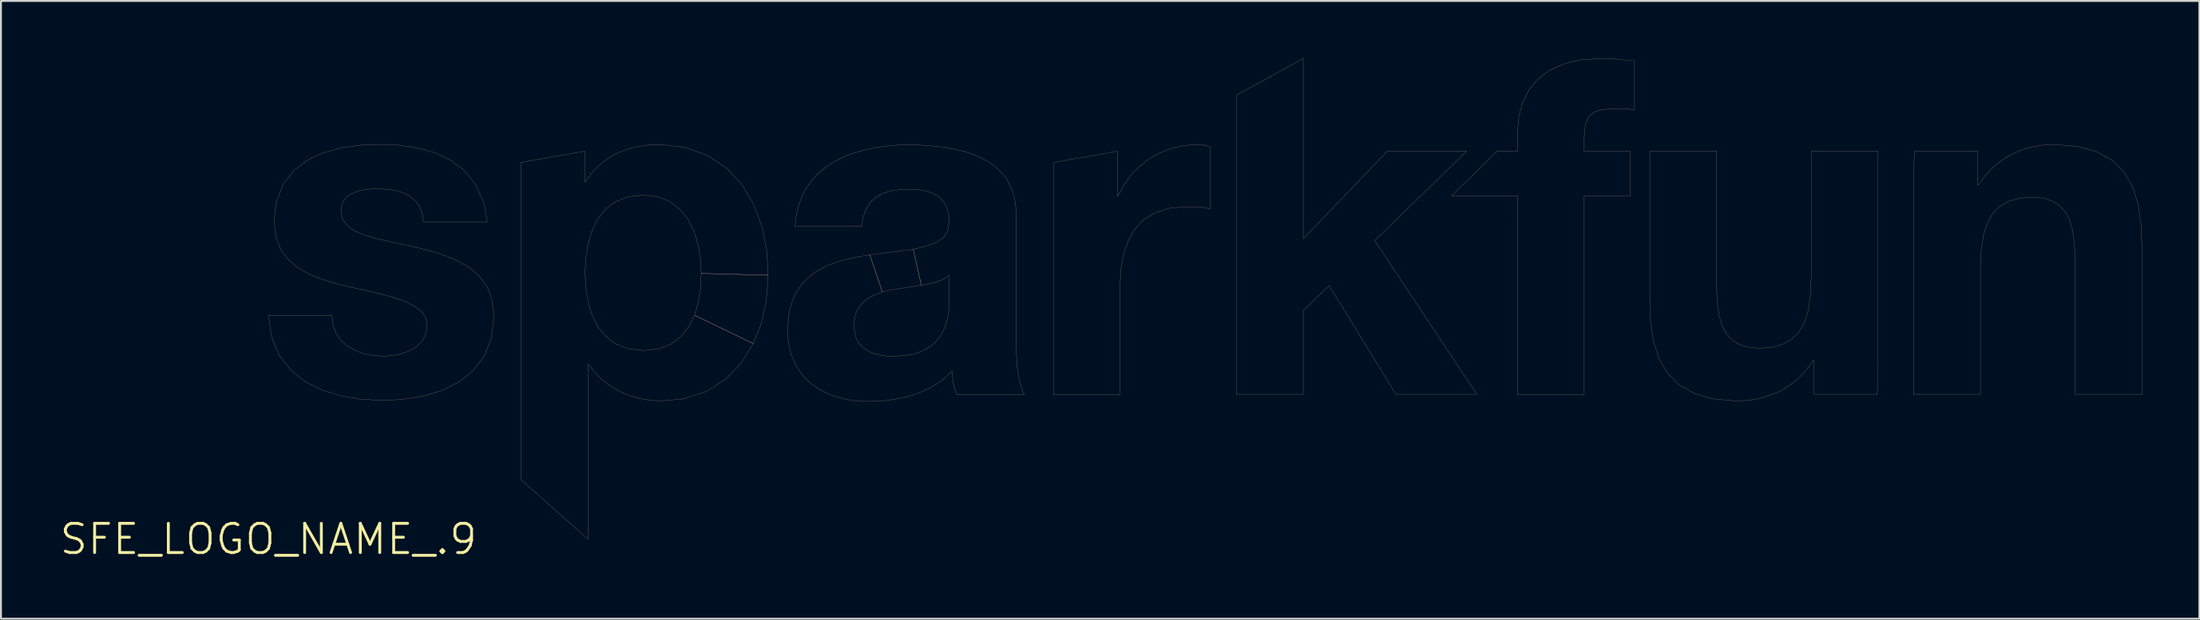
<source format=kicad_pcb>
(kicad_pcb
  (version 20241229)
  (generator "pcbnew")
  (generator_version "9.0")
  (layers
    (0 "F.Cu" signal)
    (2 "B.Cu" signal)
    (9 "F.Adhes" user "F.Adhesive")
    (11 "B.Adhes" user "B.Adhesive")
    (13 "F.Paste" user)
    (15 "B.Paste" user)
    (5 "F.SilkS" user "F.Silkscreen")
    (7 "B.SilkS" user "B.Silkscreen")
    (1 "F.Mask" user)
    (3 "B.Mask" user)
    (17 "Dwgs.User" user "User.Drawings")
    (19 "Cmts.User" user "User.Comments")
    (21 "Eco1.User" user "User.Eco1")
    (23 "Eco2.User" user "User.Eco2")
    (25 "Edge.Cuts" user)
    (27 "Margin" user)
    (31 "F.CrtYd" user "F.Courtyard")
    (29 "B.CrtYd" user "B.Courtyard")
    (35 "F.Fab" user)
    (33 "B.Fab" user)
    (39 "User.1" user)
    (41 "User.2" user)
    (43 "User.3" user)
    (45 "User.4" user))
  (footprint "SFE_LOGO_NAME_.9"
    (layer "F.Cu")
    (at 10.958 25.102)
    (property "Reference" "SFE_LOGO_NAME_.9" (at 0 0 0) (layer "F.SilkS") (effects (font (size 1.524 1.524) (thickness 0.15))))
    (attr exclude_from_pos_files exclude_from_bom)
    (fp_line (start 0 -11.689) (end 2.898 -11.689) (stroke (width 0.008) (type solid)) (layer "B.SilkS"))
    (fp_line (start 0.14 -10.688) (end 0 -11.689) (stroke (width 0.008) (type solid)) (layer "B.SilkS"))
    (fp_line (start 0.168 -10.559) (end 0.14 -10.688) (stroke (width 0.008) (type solid)) (layer "B.SilkS"))
    (fp_line (start 0.3 -16.688) (end 0.419 -17.638) (stroke (width 0.008) (type solid)) (layer "B.SilkS"))
    (fp_line (start 0.3 -16.538) (end 0.3 -16.688) (stroke (width 0.008) (type solid)) (layer "B.SilkS"))
    (fp_line (start 0.389 -15.758) (end 0.3 -16.538) (stroke (width 0.008) (type solid)) (layer "B.SilkS"))
    (fp_line (start 0.419 -17.638) (end 0.77 -18.539) (stroke (width 0.008) (type solid)) (layer "B.SilkS"))
    (fp_line (start 0.508 -9.708) (end 0.168 -10.559) (stroke (width 0.008) (type solid)) (layer "B.SilkS"))
    (fp_line (start 0.569 -9.599) (end 0.508 -9.708) (stroke (width 0.008) (type solid)) (layer "B.SilkS"))
    (fp_line (start 0.638 -15.118) (end 0.389 -15.758) (stroke (width 0.008) (type solid)) (layer "B.SilkS"))
    (fp_line (start 0.77 -18.539) (end 1.318 -19.248) (stroke (width 0.008) (type solid)) (layer "B.SilkS"))
    (fp_line (start 1.029 -14.6) (end 0.638 -15.118) (stroke (width 0.008) (type solid)) (layer "B.SilkS"))
    (fp_line (start 1.158 -8.829) (end 0.569 -9.599) (stroke (width 0.008) (type solid)) (layer "B.SilkS"))
    (fp_line (start 1.318 -19.248) (end 2.029 -19.789) (stroke (width 0.008) (type solid)) (layer "B.SilkS"))
    (fp_line (start 1.539 -14.168) (end 1.029 -14.6) (stroke (width 0.008) (type solid)) (layer "B.SilkS"))
    (fp_line (start 1.918 -8.219) (end 1.158 -8.829) (stroke (width 0.008) (type solid)) (layer "B.SilkS"))
    (fp_line (start 2.029 -19.789) (end 2.868 -20.178) (stroke (width 0.008) (type solid)) (layer "B.SilkS"))
    (fp_line (start 2.149 -13.828) (end 1.539 -14.168) (stroke (width 0.008) (type solid)) (layer "B.SilkS"))
    (fp_line (start 2.819 -7.777) (end 1.918 -8.219) (stroke (width 0.008) (type solid)) (layer "B.SilkS"))
    (fp_line (start 2.83 -13.559) (end 2.149 -13.828) (stroke (width 0.008) (type solid)) (layer "B.SilkS"))
    (fp_line (start 2.868 -20.178) (end 3.8 -20.429) (stroke (width 0.008) (type solid)) (layer "B.SilkS"))
    (fp_line (start 2.898 -11.689) (end 3.31 -11.689) (stroke (width 0.008) (type solid)) (layer "B.SilkS"))
    (fp_line (start 3.31 -11.689) (end 3.368 -11.168) (stroke (width 0.008) (type solid)) (layer "B.SilkS"))
    (fp_line (start 3.368 -11.168) (end 3.538 -10.729) (stroke (width 0.008) (type solid)) (layer "B.SilkS"))
    (fp_line (start 3.538 -10.729) (end 3.8 -10.358) (stroke (width 0.008) (type solid)) (layer "B.SilkS"))
    (fp_line (start 3.559 -13.338) (end 2.83 -13.559) (stroke (width 0.008) (type solid)) (layer "B.SilkS"))
    (fp_line (start 3.678 -7.508) (end 2.819 -7.777) (stroke (width 0.008) (type solid)) (layer "B.SilkS"))
    (fp_line (start 3.78 -17.12) (end 3.868 -16.698) (stroke (width 0.008) (type solid)) (layer "B.SilkS"))
    (fp_line (start 3.8 -20.429) (end 3.929 -20.46) (stroke (width 0.008) (type solid)) (layer "B.SilkS"))
    (fp_line (start 3.8 -10.358) (end 4.148 -10.058) (stroke (width 0.008) (type solid)) (layer "B.SilkS"))
    (fp_line (start 3.81 -7.478) (end 3.678 -7.508) (stroke (width 0.008) (type solid)) (layer "B.SilkS"))
    (fp_line (start 3.828 -17.468) (end 3.78 -17.12) (stroke (width 0.008) (type solid)) (layer "B.SilkS"))
    (fp_line (start 3.868 -16.698) (end 4.12 -16.358) (stroke (width 0.008) (type solid)) (layer "B.SilkS"))
    (fp_line (start 3.929 -20.46) (end 4.798 -20.569) (stroke (width 0.008) (type solid)) (layer "B.SilkS"))
    (fp_line (start 3.967 -17.75) (end 3.828 -17.468) (stroke (width 0.008) (type solid)) (layer "B.SilkS"))
    (fp_line (start 4.12 -16.358) (end 4.508 -16.088) (stroke (width 0.008) (type solid)) (layer "B.SilkS"))
    (fp_line (start 4.148 -10.058) (end 4.549 -9.84) (stroke (width 0.008) (type solid)) (layer "B.SilkS"))
    (fp_line (start 4.188 -17.958) (end 3.967 -17.75) (stroke (width 0.008) (type solid)) (layer "B.SilkS"))
    (fp_line (start 4.318 -13.15) (end 3.559 -13.338) (stroke (width 0.008) (type solid)) (layer "B.SilkS"))
    (fp_line (start 4.458 -18.098) (end 4.188 -17.958) (stroke (width 0.008) (type solid)) (layer "B.SilkS"))
    (fp_line (start 4.508 -16.088) (end 5.019 -15.878) (stroke (width 0.008) (type solid)) (layer "B.SilkS"))
    (fp_line (start 4.549 -9.84) (end 4.999 -9.68) (stroke (width 0.008) (type solid)) (layer "B.SilkS"))
    (fp_line (start 4.729 -7.318) (end 3.81 -7.478) (stroke (width 0.008) (type solid)) (layer "B.SilkS"))
    (fp_line (start 4.76 -18.199) (end 4.458 -18.098) (stroke (width 0.008) (type solid)) (layer "B.SilkS"))
    (fp_line (start 4.798 -20.569) (end 4.92 -20.579) (stroke (width 0.008) (type solid)) (layer "B.SilkS"))
    (fp_line (start 4.869 -7.308) (end 4.729 -7.318) (stroke (width 0.008) (type solid)) (layer "B.SilkS"))
    (fp_line (start 4.92 -20.579) (end 5.819 -20.61) (stroke (width 0.008) (type solid)) (layer "B.SilkS"))
    (fp_line (start 4.999 -9.68) (end 5.489 -9.588) (stroke (width 0.008) (type solid)) (layer "B.SilkS"))
    (fp_line (start 5.019 -15.878) (end 5.618 -15.7) (stroke (width 0.008) (type solid)) (layer "B.SilkS"))
    (fp_line (start 5.088 -18.258) (end 4.76 -18.199) (stroke (width 0.008) (type solid)) (layer "B.SilkS"))
    (fp_line (start 5.199 -12.959) (end 4.318 -13.15) (stroke (width 0.008) (type solid)) (layer "B.SilkS"))
    (fp_line (start 5.408 -18.288) (end 5.088 -18.258) (stroke (width 0.008) (type solid)) (layer "B.SilkS"))
    (fp_line (start 5.489 -9.588) (end 5.989 -9.558) (stroke (width 0.008) (type solid)) (layer "B.SilkS"))
    (fp_line (start 5.618 -15.7) (end 6.289 -15.55) (stroke (width 0.008) (type solid)) (layer "B.SilkS"))
    (fp_line (start 5.718 -18.288) (end 5.408 -18.288) (stroke (width 0.008) (type solid)) (layer "B.SilkS"))
    (fp_line (start 5.819 -20.61) (end 5.949 -20.61) (stroke (width 0.008) (type solid)) (layer "B.SilkS"))
    (fp_line (start 5.829 -7.249) (end 4.869 -7.308) (stroke (width 0.008) (type solid)) (layer "B.SilkS"))
    (fp_line (start 5.949 -20.61) (end 6.838 -20.569) (stroke (width 0.008) (type solid)) (layer "B.SilkS"))
    (fp_line (start 5.959 -7.249) (end 5.829 -7.249) (stroke (width 0.008) (type solid)) (layer "B.SilkS"))
    (fp_line (start 5.989 -12.769) (end 5.199 -12.959) (stroke (width 0.008) (type solid)) (layer "B.SilkS"))
    (fp_line (start 5.989 -9.558) (end 6.368 -9.578) (stroke (width 0.008) (type solid)) (layer "B.SilkS"))
    (fp_line (start 6.18 -18.268) (end 5.718 -18.288) (stroke (width 0.008) (type solid)) (layer "B.SilkS"))
    (fp_line (start 6.289 -15.55) (end 6.998 -15.39) (stroke (width 0.008) (type solid)) (layer "B.SilkS"))
    (fp_line (start 6.368 -9.578) (end 6.759 -9.639) (stroke (width 0.008) (type solid)) (layer "B.SilkS"))
    (fp_line (start 6.609 -18.209) (end 6.18 -18.268) (stroke (width 0.008) (type solid)) (layer "B.SilkS"))
    (fp_line (start 6.66 -12.578) (end 5.989 -12.769) (stroke (width 0.008) (type solid)) (layer "B.SilkS"))
    (fp_line (start 6.759 -9.639) (end 7.14 -9.749) (stroke (width 0.008) (type solid)) (layer "B.SilkS"))
    (fp_line (start 6.838 -20.569) (end 7.818 -20.419) (stroke (width 0.008) (type solid)) (layer "B.SilkS"))
    (fp_line (start 6.899 -7.29) (end 5.959 -7.249) (stroke (width 0.008) (type solid)) (layer "B.SilkS"))
    (fp_line (start 6.998 -18.098) (end 6.609 -18.209) (stroke (width 0.008) (type solid)) (layer "B.SilkS"))
    (fp_line (start 6.998 -15.39) (end 7.729 -15.23) (stroke (width 0.008) (type solid)) (layer "B.SilkS"))
    (fp_line (start 7.038 -7.308) (end 6.899 -7.29) (stroke (width 0.008) (type solid)) (layer "B.SilkS"))
    (fp_line (start 7.14 -9.749) (end 7.498 -9.909) (stroke (width 0.008) (type solid)) (layer "B.SilkS"))
    (fp_line (start 7.229 -12.37) (end 6.66 -12.578) (stroke (width 0.008) (type solid)) (layer "B.SilkS"))
    (fp_line (start 7.338 -17.93) (end 6.998 -18.098) (stroke (width 0.008) (type solid)) (layer "B.SilkS"))
    (fp_line (start 7.498 -9.909) (end 7.808 -10.13) (stroke (width 0.008) (type solid)) (layer "B.SilkS"))
    (fp_line (start 7.638 -17.699) (end 7.338 -17.93) (stroke (width 0.008) (type solid)) (layer "B.SilkS"))
    (fp_line (start 7.678 -12.129) (end 7.229 -12.37) (stroke (width 0.008) (type solid)) (layer "B.SilkS"))
    (fp_line (start 7.729 -15.23) (end 8.489 -15.039) (stroke (width 0.008) (type solid)) (layer "B.SilkS"))
    (fp_line (start 7.808 -10.13) (end 8.059 -10.409) (stroke (width 0.008) (type solid)) (layer "B.SilkS"))
    (fp_line (start 7.818 -20.419) (end 8.73 -20.16) (stroke (width 0.008) (type solid)) (layer "B.SilkS"))
    (fp_line (start 7.869 -17.399) (end 7.638 -17.699) (stroke (width 0.008) (type solid)) (layer "B.SilkS"))
    (fp_line (start 7.948 -7.45) (end 7.038 -7.308) (stroke (width 0.008) (type solid)) (layer "B.SilkS"))
    (fp_line (start 8.009 -11.859) (end 7.678 -12.129) (stroke (width 0.008) (type solid)) (layer "B.SilkS"))
    (fp_line (start 8.019 -17.028) (end 7.869 -17.399) (stroke (width 0.008) (type solid)) (layer "B.SilkS"))
    (fp_line (start 8.059 -10.409) (end 8.219 -10.759) (stroke (width 0.008) (type solid)) (layer "B.SilkS"))
    (fp_line (start 8.08 -7.468) (end 7.948 -7.45) (stroke (width 0.008) (type solid)) (layer "B.SilkS"))
    (fp_line (start 8.098 -16.568) (end 8.019 -17.028) (stroke (width 0.008) (type solid)) (layer "B.SilkS"))
    (fp_line (start 8.209 -11.549) (end 8.009 -11.859) (stroke (width 0.008) (type solid)) (layer "B.SilkS"))
    (fp_line (start 8.219 -10.759) (end 8.268 -11.179) (stroke (width 0.008) (type solid)) (layer "B.SilkS"))
    (fp_line (start 8.268 -11.179) (end 8.209 -11.549) (stroke (width 0.008) (type solid)) (layer "B.SilkS"))
    (fp_line (start 8.489 -15.039) (end 9.218 -14.808) (stroke (width 0.008) (type solid)) (layer "B.SilkS"))
    (fp_line (start 8.73 -20.16) (end 9.548 -19.759) (stroke (width 0.008) (type solid)) (layer "B.SilkS"))
    (fp_line (start 8.938 -7.729) (end 8.08 -7.468) (stroke (width 0.008) (type solid)) (layer "B.SilkS"))
    (fp_line (start 9.058 -7.77) (end 8.938 -7.729) (stroke (width 0.008) (type solid)) (layer "B.SilkS"))
    (fp_line (start 9.218 -14.808) (end 9.898 -14.519) (stroke (width 0.008) (type solid)) (layer "B.SilkS"))
    (fp_line (start 9.548 -19.759) (end 10.249 -19.218) (stroke (width 0.008) (type solid)) (layer "B.SilkS"))
    (fp_line (start 9.898 -14.519) (end 10.508 -14.158) (stroke (width 0.008) (type solid)) (layer "B.SilkS"))
    (fp_line (start 9.939 -8.209) (end 9.058 -7.77) (stroke (width 0.008) (type solid)) (layer "B.SilkS"))
    (fp_line (start 10.249 -19.218) (end 10.808 -18.509) (stroke (width 0.008) (type solid)) (layer "B.SilkS"))
    (fp_line (start 10.508 -14.158) (end 11.019 -13.708) (stroke (width 0.008) (type solid)) (layer "B.SilkS"))
    (fp_line (start 10.678 -8.809) (end 9.939 -8.209) (stroke (width 0.008) (type solid)) (layer "B.SilkS"))
    (fp_line (start 10.808 -18.509) (end 11.209 -17.628) (stroke (width 0.008) (type solid)) (layer "B.SilkS"))
    (fp_line (start 11.019 -13.708) (end 11.42 -13.16) (stroke (width 0.008) (type solid)) (layer "B.SilkS"))
    (fp_line (start 11.209 -17.628) (end 11.25 -17.508) (stroke (width 0.008) (type solid)) (layer "B.SilkS"))
    (fp_line (start 11.25 -17.508) (end 11.42 -16.568) (stroke (width 0.008) (type solid)) (layer "B.SilkS"))
    (fp_line (start 11.26 -9.568) (end 10.678 -8.809) (stroke (width 0.008) (type solid)) (layer "B.SilkS"))
    (fp_line (start 11.42 -16.568) (end 8.098 -16.568) (stroke (width 0.008) (type solid)) (layer "B.SilkS"))
    (fp_line (start 11.42 -13.16) (end 11.669 -12.479) (stroke (width 0.008) (type solid)) (layer "B.SilkS"))
    (fp_line (start 11.587 -10.389) (end 11.26 -9.568) (stroke (width 0.008) (type solid)) (layer "B.SilkS"))
    (fp_line (start 11.628 -10.518) (end 11.587 -10.389) (stroke (width 0.008) (type solid)) (layer "B.SilkS"))
    (fp_line (start 11.669 -12.479) (end 11.758 -11.669) (stroke (width 0.008) (type solid)) (layer "B.SilkS"))
    (fp_line (start 11.758 -11.669) (end 11.758 -11.519) (stroke (width 0.008) (type solid)) (layer "B.SilkS"))
    (fp_line (start 11.758 -11.519) (end 11.628 -10.518) (stroke (width 0.008) (type solid)) (layer "B.SilkS"))
    (fp_line (start 13.178 -19.67) (end 13.599 -19.748) (stroke (width 0.008) (type solid)) (layer "B.SilkS"))
    (fp_line (start 13.178 -3.099) (end 13.178 -19.67) (stroke (width 0.008) (type solid)) (layer "B.SilkS"))
    (fp_line (start 13.599 -19.748) (end 14.008 -19.82) (stroke (width 0.008) (type solid)) (layer "B.SilkS"))
    (fp_line (start 13.619 -2.708) (end 13.178 -3.099) (stroke (width 0.008) (type solid)) (layer "B.SilkS"))
    (fp_line (start 14.008 -19.82) (end 14.43 -19.888) (stroke (width 0.008) (type solid)) (layer "B.SilkS"))
    (fp_line (start 14.059 -2.329) (end 13.619 -2.708) (stroke (width 0.008) (type solid)) (layer "B.SilkS"))
    (fp_line (start 14.43 -19.888) (end 14.839 -19.969) (stroke (width 0.008) (type solid)) (layer "B.SilkS"))
    (fp_line (start 14.488 -1.938) (end 14.059 -2.329) (stroke (width 0.008) (type solid)) (layer "B.SilkS"))
    (fp_line (start 14.839 -19.969) (end 15.258 -20.038) (stroke (width 0.008) (type solid)) (layer "B.SilkS"))
    (fp_line (start 14.928 -1.549) (end 14.488 -1.938) (stroke (width 0.008) (type solid)) (layer "B.SilkS"))
    (fp_line (start 15.258 -20.038) (end 15.669 -20.109) (stroke (width 0.008) (type solid)) (layer "B.SilkS"))
    (fp_line (start 15.359 -1.158) (end 14.928 -1.549) (stroke (width 0.008) (type solid)) (layer "B.SilkS"))
    (fp_line (start 15.669 -20.109) (end 16.088 -20.188) (stroke (width 0.008) (type solid)) (layer "B.SilkS"))
    (fp_line (start 15.799 -0.78) (end 15.359 -1.158) (stroke (width 0.008) (type solid)) (layer "B.SilkS"))
    (fp_line (start 16.088 -20.188) (end 16.5 -20.259) (stroke (width 0.008) (type solid)) (layer "B.SilkS"))
    (fp_line (start 16.228 -0.389) (end 15.799 -0.78) (stroke (width 0.008) (type solid)) (layer "B.SilkS"))
    (fp_line (start 16.5 -20.259) (end 16.5 -18.639) (stroke (width 0.008) (type solid)) (layer "B.SilkS"))
    (fp_line (start 16.5 -18.639) (end 16.518 -18.639) (stroke (width 0.008) (type solid)) (layer "B.SilkS"))
    (fp_line (start 16.518 -18.639) (end 16.868 -19.119) (stroke (width 0.008) (type solid)) (layer "B.SilkS"))
    (fp_line (start 16.518 -13.868) (end 16.558 -13.109) (stroke (width 0.008) (type solid)) (layer "B.SilkS"))
    (fp_line (start 16.548 -14.638) (end 16.518 -13.868) (stroke (width 0.008) (type solid)) (layer "B.SilkS"))
    (fp_line (start 16.558 -13.109) (end 16.678 -12.38) (stroke (width 0.008) (type solid)) (layer "B.SilkS"))
    (fp_line (start 16.667 -15.38) (end 16.548 -14.638) (stroke (width 0.008) (type solid)) (layer "B.SilkS"))
    (fp_line (start 16.667 -9.139) (end 16.667 0) (stroke (width 0.008) (type solid)) (layer "B.SilkS"))
    (fp_line (start 16.667 0) (end 16.228 -0.389) (stroke (width 0.008) (type solid)) (layer "B.SilkS"))
    (fp_line (start 16.678 -12.38) (end 16.888 -11.689) (stroke (width 0.008) (type solid)) (layer "B.SilkS"))
    (fp_line (start 16.688 -9.139) (end 16.667 -9.139) (stroke (width 0.008) (type solid)) (layer "B.SilkS"))
    (fp_line (start 16.868 -19.119) (end 17.249 -19.52) (stroke (width 0.008) (type solid)) (layer "B.SilkS"))
    (fp_line (start 16.868 -16.078) (end 16.667 -15.38) (stroke (width 0.008) (type solid)) (layer "B.SilkS"))
    (fp_line (start 16.888 -11.689) (end 17.188 -11.09) (stroke (width 0.008) (type solid)) (layer "B.SilkS"))
    (fp_line (start 17.038 -8.7) (end 16.688 -9.139) (stroke (width 0.008) (type solid)) (layer "B.SilkS"))
    (fp_line (start 17.168 -16.698) (end 16.868 -16.078) (stroke (width 0.008) (type solid)) (layer "B.SilkS"))
    (fp_line (start 17.188 -11.09) (end 17.61 -10.579) (stroke (width 0.008) (type solid)) (layer "B.SilkS"))
    (fp_line (start 17.249 -19.52) (end 17.678 -19.858) (stroke (width 0.008) (type solid)) (layer "B.SilkS"))
    (fp_line (start 17.429 -8.308) (end 17.038 -8.7) (stroke (width 0.008) (type solid)) (layer "B.SilkS"))
    (fp_line (start 17.579 -17.219) (end 17.168 -16.698) (stroke (width 0.008) (type solid)) (layer "B.SilkS"))
    (fp_line (start 17.61 -10.579) (end 18.128 -10.188) (stroke (width 0.008) (type solid)) (layer "B.SilkS"))
    (fp_line (start 17.678 -19.858) (end 18.138 -20.13) (stroke (width 0.008) (type solid)) (layer "B.SilkS"))
    (fp_line (start 17.859 -7.978) (end 17.429 -8.308) (stroke (width 0.008) (type solid)) (layer "B.SilkS"))
    (fp_line (start 18.098 -17.62) (end 17.579 -17.219) (stroke (width 0.008) (type solid)) (layer "B.SilkS"))
    (fp_line (start 18.128 -10.188) (end 18.778 -9.939) (stroke (width 0.008) (type solid)) (layer "B.SilkS"))
    (fp_line (start 18.138 -20.13) (end 18.639 -20.338) (stroke (width 0.008) (type solid)) (layer "B.SilkS"))
    (fp_line (start 18.329 -7.709) (end 17.859 -7.978) (stroke (width 0.008) (type solid)) (layer "B.SilkS"))
    (fp_line (start 18.639 -20.338) (end 19.169 -20.488) (stroke (width 0.008) (type solid)) (layer "B.SilkS"))
    (fp_line (start 18.748 -17.879) (end 18.098 -17.62) (stroke (width 0.008) (type solid)) (layer "B.SilkS"))
    (fp_line (start 18.778 -9.939) (end 19.558 -9.848) (stroke (width 0.008) (type solid)) (layer "B.SilkS"))
    (fp_line (start 18.839 -7.498) (end 18.329 -7.709) (stroke (width 0.008) (type solid)) (layer "B.SilkS"))
    (fp_line (start 19.169 -20.488) (end 19.718 -20.569) (stroke (width 0.008) (type solid)) (layer "B.SilkS"))
    (fp_line (start 19.367 -7.348) (end 18.839 -7.498) (stroke (width 0.008) (type solid)) (layer "B.SilkS"))
    (fp_line (start 19.538 -17.968) (end 18.748 -17.879) (stroke (width 0.008) (type solid)) (layer "B.SilkS"))
    (fp_line (start 19.558 -9.848) (end 20.348 -9.939) (stroke (width 0.008) (type solid)) (layer "B.SilkS"))
    (fp_line (start 19.718 -20.569) (end 20.3 -20.599) (stroke (width 0.008) (type solid)) (layer "B.SilkS"))
    (fp_line (start 19.919 -7.249) (end 19.367 -7.348) (stroke (width 0.008) (type solid)) (layer "B.SilkS"))
    (fp_line (start 20.3 -20.599) (end 20.488 -20.599) (stroke (width 0.008) (type solid)) (layer "B.SilkS"))
    (fp_line (start 20.31 -17.879) (end 19.538 -17.968) (stroke (width 0.008) (type solid)) (layer "B.SilkS"))
    (fp_line (start 20.348 -9.939) (end 20.998 -10.188) (stroke (width 0.008) (type solid)) (layer "B.SilkS"))
    (fp_line (start 20.488 -20.599) (end 21.689 -20.46) (stroke (width 0.008) (type solid)) (layer "B.SilkS"))
    (fp_line (start 20.488 -7.219) (end 19.919 -7.249) (stroke (width 0.008) (type solid)) (layer "B.SilkS"))
    (fp_line (start 20.958 -17.62) (end 20.31 -17.879) (stroke (width 0.008) (type solid)) (layer "B.SilkS"))
    (fp_line (start 20.998 -10.188) (end 21.519 -10.579) (stroke (width 0.008) (type solid)) (layer "B.SilkS"))
    (fp_line (start 21.478 -17.209) (end 20.958 -17.62) (stroke (width 0.008) (type solid)) (layer "B.SilkS"))
    (fp_line (start 21.519 -10.579) (end 21.928 -11.09) (stroke (width 0.008) (type solid)) (layer "B.SilkS"))
    (fp_line (start 21.648 -7.328) (end 20.488 -7.219) (stroke (width 0.008) (type solid)) (layer "B.SilkS"))
    (fp_line (start 21.689 -20.46) (end 21.849 -20.419) (stroke (width 0.008) (type solid)) (layer "B.SilkS"))
    (fp_line (start 21.808 -7.369) (end 21.648 -7.328) (stroke (width 0.008) (type solid)) (layer "B.SilkS"))
    (fp_line (start 21.849 -20.419) (end 22.878 -20.038) (stroke (width 0.008) (type solid)) (layer "B.SilkS"))
    (fp_line (start 21.9 -16.688) (end 21.478 -17.209) (stroke (width 0.008) (type solid)) (layer "B.SilkS"))
    (fp_line (start 21.928 -11.09) (end 22.228 -11.689) (stroke (width 0.008) (type solid)) (layer "B.SilkS"))
    (fp_line (start 22.21 -16.058) (end 21.9 -16.688) (stroke (width 0.008) (type solid)) (layer "B.SilkS"))
    (fp_line (start 22.228 -11.699) (end 22.428 -12.38) (stroke (width 0.008) (type solid)) (layer "B.SilkS"))
    (fp_line (start 22.228 -11.689) (end 25.288 -10.218) (stroke (width 0.008) (type solid)) (layer "B.SilkS"))
    (fp_line (start 22.418 -15.37) (end 22.21 -16.058) (stroke (width 0.008) (type solid)) (layer "B.SilkS"))
    (fp_line (start 22.428 -12.38) (end 22.548 -13.109) (stroke (width 0.008) (type solid)) (layer "B.SilkS"))
    (fp_line (start 22.54 -14.628) (end 22.418 -15.37) (stroke (width 0.008) (type solid)) (layer "B.SilkS"))
    (fp_line (start 22.548 -13.109) (end 22.578 -13.879) (stroke (width 0.008) (type solid)) (layer "B.SilkS"))
    (fp_line (start 22.578 -13.879) (end 26.068 -13.78) (stroke (width 0.008) (type solid)) (layer "B.SilkS"))
    (fp_line (start 22.578 -13.868) (end 22.54 -14.628) (stroke (width 0.008) (type solid)) (layer "B.SilkS"))
    (fp_line (start 22.809 -7.709) (end 21.808 -7.369) (stroke (width 0.008) (type solid)) (layer "B.SilkS"))
    (fp_line (start 22.878 -20.038) (end 23.017 -19.969) (stroke (width 0.008) (type solid)) (layer "B.SilkS"))
    (fp_line (start 22.939 -7.77) (end 22.809 -7.709) (stroke (width 0.008) (type solid)) (layer "B.SilkS"))
    (fp_line (start 23.017 -19.969) (end 23.868 -19.388) (stroke (width 0.008) (type solid)) (layer "B.SilkS"))
    (fp_line (start 23.79 -8.308) (end 22.939 -7.77) (stroke (width 0.008) (type solid)) (layer "B.SilkS"))
    (fp_line (start 23.868 -19.388) (end 23.978 -19.299) (stroke (width 0.008) (type solid)) (layer "B.SilkS"))
    (fp_line (start 23.899 -8.4) (end 23.79 -8.308) (stroke (width 0.008) (type solid)) (layer "B.SilkS"))
    (fp_line (start 23.978 -19.299) (end 24.679 -18.539) (stroke (width 0.008) (type solid)) (layer "B.SilkS"))
    (fp_line (start 24.59 -9.119) (end 23.899 -8.4) (stroke (width 0.008) (type solid)) (layer "B.SilkS"))
    (fp_line (start 24.679 -18.539) (end 24.76 -18.418) (stroke (width 0.008) (type solid)) (layer "B.SilkS"))
    (fp_line (start 24.679 -9.228) (end 24.59 -9.119) (stroke (width 0.008) (type solid)) (layer "B.SilkS"))
    (fp_line (start 24.76 -18.418) (end 25.288 -17.518) (stroke (width 0.008) (type solid)) (layer "B.SilkS"))
    (fp_line (start 25.22 -10.079) (end 24.679 -9.228) (stroke (width 0.008) (type solid)) (layer "B.SilkS"))
    (fp_line (start 25.288 -17.518) (end 25.359 -17.379) (stroke (width 0.008) (type solid)) (layer "B.SilkS"))
    (fp_line (start 25.288 -10.218) (end 25.22 -10.079) (stroke (width 0.008) (type solid)) (layer "B.SilkS"))
    (fp_line (start 25.288 -10.208) (end 22.228 -11.699) (stroke (width 0.008) (type solid)) (layer "B.SilkS"))
    (fp_line (start 25.359 -17.379) (end 25.728 -16.368) (stroke (width 0.008) (type solid)) (layer "B.SilkS"))
    (fp_line (start 25.679 -11.179) (end 25.288 -10.208) (stroke (width 0.008) (type solid)) (layer "B.SilkS"))
    (fp_line (start 25.718 -11.318) (end 25.679 -11.179) (stroke (width 0.008) (type solid)) (layer "B.SilkS"))
    (fp_line (start 25.728 -16.368) (end 25.768 -16.208) (stroke (width 0.008) (type solid)) (layer "B.SilkS"))
    (fp_line (start 25.768 -16.208) (end 25.989 -15.108) (stroke (width 0.008) (type solid)) (layer "B.SilkS"))
    (fp_line (start 25.959 -12.37) (end 25.718 -11.318) (stroke (width 0.008) (type solid)) (layer "B.SilkS"))
    (fp_line (start 25.979 -12.52) (end 25.959 -12.37) (stroke (width 0.008) (type solid)) (layer "B.SilkS"))
    (fp_line (start 25.989 -15.108) (end 26.01 -14.938) (stroke (width 0.008) (type solid)) (layer "B.SilkS"))
    (fp_line (start 26.01 -14.938) (end 26.068 -13.78) (stroke (width 0.008) (type solid)) (layer "B.SilkS"))
    (fp_line (start 26.068 -13.78) (end 22.578 -13.868) (stroke (width 0.008) (type solid)) (layer "B.SilkS"))
    (fp_line (start 26.068 -13.78) (end 26.068 -13.619) (stroke (width 0.008) (type solid)) (layer "B.SilkS"))
    (fp_line (start 26.068 -13.619) (end 25.979 -12.52) (stroke (width 0.008) (type solid)) (layer "B.SilkS"))
    (fp_line (start 27.079 -10.988) (end 27.178 -11.968) (stroke (width 0.008) (type solid)) (layer "B.SilkS"))
    (fp_line (start 27.099 -10.518) (end 27.079 -10.988) (stroke (width 0.008) (type solid)) (layer "B.SilkS"))
    (fp_line (start 27.168 -10.079) (end 27.099 -10.518) (stroke (width 0.008) (type solid)) (layer "B.SilkS"))
    (fp_line (start 27.178 -11.968) (end 27.46 -12.769) (stroke (width 0.008) (type solid)) (layer "B.SilkS"))
    (fp_line (start 27.269 -9.67) (end 27.168 -10.079) (stroke (width 0.008) (type solid)) (layer "B.SilkS"))
    (fp_line (start 27.409 -9.299) (end 27.269 -9.67) (stroke (width 0.008) (type solid)) (layer "B.SilkS"))
    (fp_line (start 27.46 -12.769) (end 27.889 -13.399) (stroke (width 0.008) (type solid)) (layer "B.SilkS"))
    (fp_line (start 27.468 -16.34) (end 27.539 -16.919) (stroke (width 0.008) (type solid)) (layer "B.SilkS"))
    (fp_line (start 27.539 -16.919) (end 27.668 -17.45) (stroke (width 0.008) (type solid)) (layer "B.SilkS"))
    (fp_line (start 27.589 -8.959) (end 27.409 -9.299) (stroke (width 0.008) (type solid)) (layer "B.SilkS"))
    (fp_line (start 27.668 -17.45) (end 27.849 -17.937) (stroke (width 0.008) (type solid)) (layer "B.SilkS"))
    (fp_line (start 27.808 -8.639) (end 27.589 -8.959) (stroke (width 0.008) (type solid)) (layer "B.SilkS"))
    (fp_line (start 27.849 -17.937) (end 28.09 -18.369) (stroke (width 0.008) (type solid)) (layer "B.SilkS"))
    (fp_line (start 27.889 -13.399) (end 28.438 -13.889) (stroke (width 0.008) (type solid)) (layer "B.SilkS"))
    (fp_line (start 28.049 -8.359) (end 27.808 -8.639) (stroke (width 0.008) (type solid)) (layer "B.SilkS"))
    (fp_line (start 28.09 -18.369) (end 28.369 -18.758) (stroke (width 0.008) (type solid)) (layer "B.SilkS"))
    (fp_line (start 28.329 -8.108) (end 28.049 -8.359) (stroke (width 0.008) (type solid)) (layer "B.SilkS"))
    (fp_line (start 28.369 -18.758) (end 28.689 -19.108) (stroke (width 0.008) (type solid)) (layer "B.SilkS"))
    (fp_line (start 28.438 -13.889) (end 29.088 -14.26) (stroke (width 0.008) (type solid)) (layer "B.SilkS"))
    (fp_line (start 28.639 -7.889) (end 28.329 -8.108) (stroke (width 0.008) (type solid)) (layer "B.SilkS"))
    (fp_line (start 28.689 -19.108) (end 29.058 -19.408) (stroke (width 0.008) (type solid)) (layer "B.SilkS"))
    (fp_line (start 28.969 -7.699) (end 28.639 -7.889) (stroke (width 0.008) (type solid)) (layer "B.SilkS"))
    (fp_line (start 29.058 -19.408) (end 29.459 -19.68) (stroke (width 0.008) (type solid)) (layer "B.SilkS"))
    (fp_line (start 29.088 -14.26) (end 29.809 -14.519) (stroke (width 0.008) (type solid)) (layer "B.SilkS"))
    (fp_line (start 29.319 -7.539) (end 28.969 -7.699) (stroke (width 0.008) (type solid)) (layer "B.SilkS"))
    (fp_line (start 29.459 -19.68) (end 29.888 -19.909) (stroke (width 0.008) (type solid)) (layer "B.SilkS"))
    (fp_line (start 29.698 -7.409) (end 29.319 -7.539) (stroke (width 0.008) (type solid)) (layer "B.SilkS"))
    (fp_line (start 29.809 -14.519) (end 30.579 -14.709) (stroke (width 0.008) (type solid)) (layer "B.SilkS"))
    (fp_line (start 29.888 -19.909) (end 30.348 -20.099) (stroke (width 0.008) (type solid)) (layer "B.SilkS"))
    (fp_line (start 30.099 -7.308) (end 29.698 -7.409) (stroke (width 0.008) (type solid)) (layer "B.SilkS"))
    (fp_line (start 30.348 -20.099) (end 30.828 -20.249) (stroke (width 0.008) (type solid)) (layer "B.SilkS"))
    (fp_line (start 30.518 -7.239) (end 30.099 -7.308) (stroke (width 0.008) (type solid)) (layer "B.SilkS"))
    (fp_line (start 30.559 -11.168) (end 30.569 -10.94) (stroke (width 0.008) (type solid)) (layer "B.SilkS"))
    (fp_line (start 30.569 -11.389) (end 30.559 -11.168) (stroke (width 0.008) (type solid)) (layer "B.SilkS"))
    (fp_line (start 30.569 -10.94) (end 30.599 -10.729) (stroke (width 0.008) (type solid)) (layer "B.SilkS"))
    (fp_line (start 30.579 -14.709) (end 31.369 -14.849) (stroke (width 0.008) (type solid)) (layer "B.SilkS"))
    (fp_line (start 30.599 -11.598) (end 30.569 -11.389) (stroke (width 0.008) (type solid)) (layer "B.SilkS"))
    (fp_line (start 30.599 -10.729) (end 30.648 -10.538) (stroke (width 0.008) (type solid)) (layer "B.SilkS"))
    (fp_line (start 30.648 -11.788) (end 30.599 -11.598) (stroke (width 0.008) (type solid)) (layer "B.SilkS"))
    (fp_line (start 30.648 -10.538) (end 30.729 -10.368) (stroke (width 0.008) (type solid)) (layer "B.SilkS"))
    (fp_line (start 30.729 -11.968) (end 30.648 -11.788) (stroke (width 0.008) (type solid)) (layer "B.SilkS"))
    (fp_line (start 30.729 -10.368) (end 30.818 -10.218) (stroke (width 0.008) (type solid)) (layer "B.SilkS"))
    (fp_line (start 30.818 -12.118) (end 30.729 -11.968) (stroke (width 0.008) (type solid)) (layer "B.SilkS"))
    (fp_line (start 30.818 -10.218) (end 30.93 -10.089) (stroke (width 0.008) (type solid)) (layer "B.SilkS"))
    (fp_line (start 30.828 -20.249) (end 31.328 -20.378) (stroke (width 0.008) (type solid)) (layer "B.SilkS"))
    (fp_line (start 30.919 -12.268) (end 30.818 -12.118) (stroke (width 0.008) (type solid)) (layer "B.SilkS"))
    (fp_line (start 30.93 -10.089) (end 31.059 -9.98) (stroke (width 0.008) (type solid)) (layer "B.SilkS"))
    (fp_line (start 30.95 -16.34) (end 27.468 -16.34) (stroke (width 0.008) (type solid)) (layer "B.SilkS"))
    (fp_line (start 30.95 -7.198) (end 30.518 -7.239) (stroke (width 0.008) (type solid)) (layer "B.SilkS"))
    (fp_line (start 30.978 -16.589) (end 30.95 -16.34) (stroke (width 0.008) (type solid)) (layer "B.SilkS"))
    (fp_line (start 31.029 -16.82) (end 30.978 -16.589) (stroke (width 0.008) (type solid)) (layer "B.SilkS"))
    (fp_line (start 31.049 -12.388) (end 30.919 -12.268) (stroke (width 0.008) (type solid)) (layer "B.SilkS"))
    (fp_line (start 31.059 -9.98) (end 31.199 -9.878) (stroke (width 0.008) (type solid)) (layer "B.SilkS"))
    (fp_line (start 31.1 -17.028) (end 31.029 -16.82) (stroke (width 0.008) (type solid)) (layer "B.SilkS"))
    (fp_line (start 31.178 -17.219) (end 31.1 -17.028) (stroke (width 0.008) (type solid)) (layer "B.SilkS"))
    (fp_line (start 31.178 -12.499) (end 31.049 -12.388) (stroke (width 0.008) (type solid)) (layer "B.SilkS"))
    (fp_line (start 31.199 -9.878) (end 31.349 -9.789) (stroke (width 0.008) (type solid)) (layer "B.SilkS"))
    (fp_line (start 31.27 -17.389) (end 31.178 -17.219) (stroke (width 0.008) (type solid)) (layer "B.SilkS"))
    (fp_line (start 31.328 -20.378) (end 31.849 -20.47) (stroke (width 0.008) (type solid)) (layer "B.SilkS"))
    (fp_line (start 31.328 -12.598) (end 31.178 -12.499) (stroke (width 0.008) (type solid)) (layer "B.SilkS"))
    (fp_line (start 31.349 -9.789) (end 31.519 -9.718) (stroke (width 0.008) (type solid)) (layer "B.SilkS"))
    (fp_line (start 31.369 -14.849) (end 32.029 -12.898) (stroke (width 0.008) (type solid)) (layer "B.SilkS"))
    (fp_line (start 31.369 -14.849) (end 32.159 -14.948) (stroke (width 0.008) (type solid)) (layer "B.SilkS"))
    (fp_line (start 31.379 -17.549) (end 31.27 -17.389) (stroke (width 0.008) (type solid)) (layer "B.SilkS"))
    (fp_line (start 31.488 -12.69) (end 31.328 -12.598) (stroke (width 0.008) (type solid)) (layer "B.SilkS"))
    (fp_line (start 31.509 -17.689) (end 31.379 -17.549) (stroke (width 0.008) (type solid)) (layer "B.SilkS"))
    (fp_line (start 31.519 -9.718) (end 31.699 -9.66) (stroke (width 0.008) (type solid)) (layer "B.SilkS"))
    (fp_line (start 31.648 -17.818) (end 31.509 -17.689) (stroke (width 0.008) (type solid)) (layer "B.SilkS"))
    (fp_line (start 31.659 -12.769) (end 31.488 -12.69) (stroke (width 0.008) (type solid)) (layer "B.SilkS"))
    (fp_line (start 31.699 -9.66) (end 31.88 -9.619) (stroke (width 0.008) (type solid)) (layer "B.SilkS"))
    (fp_line (start 31.699 -7.198) (end 30.95 -7.198) (stroke (width 0.008) (type solid)) (layer "B.SilkS"))
    (fp_line (start 31.798 -17.92) (end 31.648 -17.818) (stroke (width 0.008) (type solid)) (layer "B.SilkS"))
    (fp_line (start 31.839 -12.84) (end 31.659 -12.769) (stroke (width 0.008) (type solid)) (layer "B.SilkS"))
    (fp_line (start 31.849 -20.47) (end 32.37 -20.538) (stroke (width 0.008) (type solid)) (layer "B.SilkS"))
    (fp_line (start 31.88 -9.619) (end 32.078 -9.588) (stroke (width 0.008) (type solid)) (layer "B.SilkS"))
    (fp_line (start 31.968 -18.009) (end 31.798 -17.92) (stroke (width 0.008) (type solid)) (layer "B.SilkS"))
    (fp_line (start 31.989 -7.219) (end 31.699 -7.198) (stroke (width 0.008) (type solid)) (layer "B.SilkS"))
    (fp_line (start 32.029 -12.908) (end 31.369 -14.849) (stroke (width 0.008) (type solid)) (layer "B.SilkS"))
    (fp_line (start 32.029 -12.898) (end 31.839 -12.84) (stroke (width 0.008) (type solid)) (layer "B.SilkS"))
    (fp_line (start 32.078 -9.588) (end 32.278 -9.558) (stroke (width 0.008) (type solid)) (layer "B.SilkS"))
    (fp_line (start 32.149 -18.09) (end 31.968 -18.009) (stroke (width 0.008) (type solid)) (layer "B.SilkS"))
    (fp_line (start 32.159 -14.948) (end 32.929 -15.039) (stroke (width 0.008) (type solid)) (layer "B.SilkS"))
    (fp_line (start 32.22 -12.959) (end 32.029 -12.908) (stroke (width 0.008) (type solid)) (layer "B.SilkS"))
    (fp_line (start 32.278 -9.558) (end 32.69 -9.558) (stroke (width 0.008) (type solid)) (layer "B.SilkS"))
    (fp_line (start 32.278 -7.249) (end 31.989 -7.219) (stroke (width 0.008) (type solid)) (layer "B.SilkS"))
    (fp_line (start 32.349 -18.148) (end 32.149 -18.09) (stroke (width 0.008) (type solid)) (layer "B.SilkS"))
    (fp_line (start 32.37 -20.538) (end 32.898 -20.579) (stroke (width 0.008) (type solid)) (layer "B.SilkS"))
    (fp_line (start 32.418 -13) (end 32.22 -12.959) (stroke (width 0.008) (type solid)) (layer "B.SilkS"))
    (fp_line (start 32.558 -18.199) (end 32.349 -18.148) (stroke (width 0.008) (type solid)) (layer "B.SilkS"))
    (fp_line (start 32.578 -7.29) (end 32.278 -7.249) (stroke (width 0.008) (type solid)) (layer "B.SilkS"))
    (fp_line (start 32.619 -13.038) (end 32.418 -13) (stroke (width 0.008) (type solid)) (layer "B.SilkS"))
    (fp_line (start 32.69 -9.558) (end 33.17 -9.588) (stroke (width 0.008) (type solid)) (layer "B.SilkS"))
    (fp_line (start 32.779 -18.23) (end 32.558 -18.199) (stroke (width 0.008) (type solid)) (layer "B.SilkS"))
    (fp_line (start 32.819 -13.068) (end 32.619 -13.038) (stroke (width 0.008) (type solid)) (layer "B.SilkS"))
    (fp_line (start 32.868 -7.338) (end 32.578 -7.29) (stroke (width 0.008) (type solid)) (layer "B.SilkS"))
    (fp_line (start 32.898 -20.579) (end 33.919 -20.579) (stroke (width 0.008) (type solid)) (layer "B.SilkS"))
    (fp_line (start 32.929 -15.039) (end 33.64 -15.128) (stroke (width 0.008) (type solid)) (layer "B.SilkS"))
    (fp_line (start 33.01 -18.258) (end 32.779 -18.23) (stroke (width 0.008) (type solid)) (layer "B.SilkS"))
    (fp_line (start 33.028 -13.099) (end 32.819 -13.068) (stroke (width 0.008) (type solid)) (layer "B.SilkS"))
    (fp_line (start 33.15 -7.399) (end 32.868 -7.338) (stroke (width 0.008) (type solid)) (layer "B.SilkS"))
    (fp_line (start 33.17 -9.588) (end 33.599 -9.649) (stroke (width 0.008) (type solid)) (layer "B.SilkS"))
    (fp_line (start 33.238 -13.129) (end 33.028 -13.099) (stroke (width 0.008) (type solid)) (layer "B.SilkS"))
    (fp_line (start 33.439 -13.16) (end 33.238 -13.129) (stroke (width 0.008) (type solid)) (layer "B.SilkS"))
    (fp_line (start 33.439 -7.468) (end 33.15 -7.399) (stroke (width 0.008) (type solid)) (layer "B.SilkS"))
    (fp_line (start 33.599 -9.649) (end 33.97 -9.759) (stroke (width 0.008) (type solid)) (layer "B.SilkS"))
    (fp_line (start 33.64 -15.138) (end 34.26 -15.288) (stroke (width 0.008) (type solid)) (layer "B.SilkS"))
    (fp_line (start 33.64 -15.128) (end 34.059 -13.259) (stroke (width 0.008) (type solid)) (layer "B.SilkS"))
    (fp_line (start 33.65 -13.198) (end 33.439 -13.16) (stroke (width 0.008) (type solid)) (layer "B.SilkS"))
    (fp_line (start 33.708 -18.258) (end 33.01 -18.258) (stroke (width 0.008) (type solid)) (layer "B.SilkS"))
    (fp_line (start 33.708 -7.559) (end 33.439 -7.468) (stroke (width 0.008) (type solid)) (layer "B.SilkS"))
    (fp_line (start 33.858 -13.228) (end 33.65 -13.198) (stroke (width 0.008) (type solid)) (layer "B.SilkS"))
    (fp_line (start 33.919 -20.579) (end 34.399 -20.549) (stroke (width 0.008) (type solid)) (layer "B.SilkS"))
    (fp_line (start 33.919 -18.24) (end 33.708 -18.258) (stroke (width 0.008) (type solid)) (layer "B.SilkS"))
    (fp_line (start 33.97 -9.759) (end 34.28 -9.909) (stroke (width 0.008) (type solid)) (layer "B.SilkS"))
    (fp_line (start 33.978 -7.658) (end 33.708 -7.559) (stroke (width 0.008) (type solid)) (layer "B.SilkS"))
    (fp_line (start 34.059 -13.259) (end 33.64 -15.138) (stroke (width 0.008) (type solid)) (layer "B.SilkS"))
    (fp_line (start 34.059 -13.259) (end 33.858 -13.228) (stroke (width 0.008) (type solid)) (layer "B.SilkS"))
    (fp_line (start 34.13 -18.209) (end 33.919 -18.24) (stroke (width 0.008) (type solid)) (layer "B.SilkS"))
    (fp_line (start 34.249 -13.289) (end 34.059 -13.259) (stroke (width 0.008) (type solid)) (layer "B.SilkS"))
    (fp_line (start 34.249 -7.77) (end 33.978 -7.658) (stroke (width 0.008) (type solid)) (layer "B.SilkS"))
    (fp_line (start 34.26 -15.288) (end 34.788 -15.469) (stroke (width 0.008) (type solid)) (layer "B.SilkS"))
    (fp_line (start 34.28 -9.909) (end 34.559 -10.079) (stroke (width 0.008) (type solid)) (layer "B.SilkS"))
    (fp_line (start 34.328 -18.169) (end 34.13 -18.209) (stroke (width 0.008) (type solid)) (layer "B.SilkS"))
    (fp_line (start 34.399 -20.549) (end 34.889 -20.508) (stroke (width 0.008) (type solid)) (layer "B.SilkS"))
    (fp_line (start 34.44 -13.33) (end 34.249 -13.289) (stroke (width 0.008) (type solid)) (layer "B.SilkS"))
    (fp_line (start 34.508 -18.108) (end 34.328 -18.169) (stroke (width 0.008) (type solid)) (layer "B.SilkS"))
    (fp_line (start 34.508 -7.899) (end 34.249 -7.77) (stroke (width 0.008) (type solid)) (layer "B.SilkS"))
    (fp_line (start 34.559 -10.079) (end 34.778 -10.279) (stroke (width 0.008) (type solid)) (layer "B.SilkS"))
    (fp_line (start 34.618 -13.368) (end 34.44 -13.33) (stroke (width 0.008) (type solid)) (layer "B.SilkS"))
    (fp_line (start 34.689 -18.049) (end 34.508 -18.108) (stroke (width 0.008) (type solid)) (layer "B.SilkS"))
    (fp_line (start 34.76 -8.049) (end 34.508 -7.899) (stroke (width 0.008) (type solid)) (layer "B.SilkS"))
    (fp_line (start 34.778 -10.279) (end 34.968 -10.498) (stroke (width 0.008) (type solid)) (layer "B.SilkS"))
    (fp_line (start 34.788 -15.469) (end 35.199 -15.728) (stroke (width 0.008) (type solid)) (layer "B.SilkS"))
    (fp_line (start 34.798 -13.419) (end 34.618 -13.368) (stroke (width 0.008) (type solid)) (layer "B.SilkS"))
    (fp_line (start 34.849 -17.958) (end 34.689 -18.049) (stroke (width 0.008) (type solid)) (layer "B.SilkS"))
    (fp_line (start 34.889 -20.508) (end 35.38 -20.439) (stroke (width 0.008) (type solid)) (layer "B.SilkS"))
    (fp_line (start 34.958 -13.47) (end 34.798 -13.419) (stroke (width 0.008) (type solid)) (layer "B.SilkS"))
    (fp_line (start 34.968 -10.498) (end 35.128 -10.729) (stroke (width 0.008) (type solid)) (layer "B.SilkS"))
    (fp_line (start 34.999 -17.859) (end 34.849 -17.958) (stroke (width 0.008) (type solid)) (layer "B.SilkS"))
    (fp_line (start 34.999 -8.199) (end 34.76 -8.049) (stroke (width 0.008) (type solid)) (layer "B.SilkS"))
    (fp_line (start 35.118 -13.538) (end 34.958 -13.47) (stroke (width 0.008) (type solid)) (layer "B.SilkS"))
    (fp_line (start 35.128 -17.739) (end 34.999 -17.859) (stroke (width 0.008) (type solid)) (layer "B.SilkS"))
    (fp_line (start 35.128 -10.729) (end 35.248 -10.968) (stroke (width 0.008) (type solid)) (layer "B.SilkS"))
    (fp_line (start 35.199 -15.728) (end 35.438 -16.078) (stroke (width 0.008) (type solid)) (layer "B.SilkS"))
    (fp_line (start 35.24 -17.6) (end 35.128 -17.739) (stroke (width 0.008) (type solid)) (layer "B.SilkS"))
    (fp_line (start 35.24 -8.379) (end 34.999 -8.199) (stroke (width 0.008) (type solid)) (layer "B.SilkS"))
    (fp_line (start 35.248 -10.968) (end 35.339 -11.209) (stroke (width 0.008) (type solid)) (layer "B.SilkS"))
    (fp_line (start 35.258 -13.609) (end 35.118 -13.538) (stroke (width 0.008) (type solid)) (layer "B.SilkS"))
    (fp_line (start 35.339 -17.44) (end 35.24 -17.6) (stroke (width 0.008) (type solid)) (layer "B.SilkS"))
    (fp_line (start 35.339 -11.209) (end 35.408 -11.458) (stroke (width 0.008) (type solid)) (layer "B.SilkS"))
    (fp_line (start 35.38 -20.439) (end 35.85 -20.348) (stroke (width 0.008) (type solid)) (layer "B.SilkS"))
    (fp_line (start 35.4 -13.688) (end 35.258 -13.609) (stroke (width 0.008) (type solid)) (layer "B.SilkS"))
    (fp_line (start 35.408 -11.458) (end 35.458 -11.699) (stroke (width 0.008) (type solid)) (layer "B.SilkS"))
    (fp_line (start 35.418 -17.249) (end 35.339 -17.44) (stroke (width 0.008) (type solid)) (layer "B.SilkS"))
    (fp_line (start 35.438 -16.078) (end 35.509 -16.548) (stroke (width 0.008) (type solid)) (layer "B.SilkS"))
    (fp_line (start 35.458 -11.699) (end 35.489 -11.918) (stroke (width 0.008) (type solid)) (layer "B.SilkS"))
    (fp_line (start 35.458 -8.57) (end 35.24 -8.379) (stroke (width 0.008) (type solid)) (layer "B.SilkS"))
    (fp_line (start 35.469 -17.038) (end 35.418 -17.249) (stroke (width 0.008) (type solid)) (layer "B.SilkS"))
    (fp_line (start 35.489 -11.918) (end 35.509 -12.129) (stroke (width 0.008) (type solid)) (layer "B.SilkS"))
    (fp_line (start 35.509 -16.81) (end 35.469 -17.038) (stroke (width 0.008) (type solid)) (layer "B.SilkS"))
    (fp_line (start 35.509 -16.548) (end 35.509 -16.81) (stroke (width 0.008) (type solid)) (layer "B.SilkS"))
    (fp_line (start 35.509 -13.78) (end 35.4 -13.688) (stroke (width 0.008) (type solid)) (layer "B.SilkS"))
    (fp_line (start 35.509 -12.129) (end 35.509 -13.78) (stroke (width 0.008) (type solid)) (layer "B.SilkS"))
    (fp_line (start 35.669 -8.778) (end 35.458 -8.57) (stroke (width 0.008) (type solid)) (layer "B.SilkS"))
    (fp_line (start 35.669 -8.7) (end 35.669 -8.778) (stroke (width 0.008) (type solid)) (layer "B.SilkS"))
    (fp_line (start 35.679 -8.618) (end 35.669 -8.7) (stroke (width 0.008) (type solid)) (layer "B.SilkS"))
    (fp_line (start 35.679 -8.539) (end 35.679 -8.618) (stroke (width 0.008) (type solid)) (layer "B.SilkS"))
    (fp_line (start 35.69 -8.458) (end 35.679 -8.539) (stroke (width 0.008) (type solid)) (layer "B.SilkS"))
    (fp_line (start 35.7 -8.379) (end 35.69 -8.458) (stroke (width 0.008) (type solid)) (layer "B.SilkS"))
    (fp_line (start 35.7 -8.298) (end 35.7 -8.379) (stroke (width 0.008) (type solid)) (layer "B.SilkS"))
    (fp_line (start 35.71 -8.23) (end 35.7 -8.298) (stroke (width 0.008) (type solid)) (layer "B.SilkS"))
    (fp_line (start 35.728 -8.148) (end 35.71 -8.23) (stroke (width 0.008) (type solid)) (layer "B.SilkS"))
    (fp_line (start 35.748 -8.07) (end 35.728 -8.148) (stroke (width 0.008) (type solid)) (layer "B.SilkS"))
    (fp_line (start 35.758 -7.998) (end 35.748 -8.07) (stroke (width 0.008) (type solid)) (layer "B.SilkS"))
    (fp_line (start 35.778 -7.92) (end 35.758 -7.998) (stroke (width 0.008) (type solid)) (layer "B.SilkS"))
    (fp_line (start 35.809 -7.838) (end 35.778 -7.92) (stroke (width 0.008) (type solid)) (layer "B.SilkS"))
    (fp_line (start 35.839 -7.77) (end 35.809 -7.838) (stroke (width 0.008) (type solid)) (layer "B.SilkS"))
    (fp_line (start 35.85 -20.348) (end 36.309 -20.239) (stroke (width 0.008) (type solid)) (layer "B.SilkS"))
    (fp_line (start 35.86 -7.689) (end 35.839 -7.77) (stroke (width 0.008) (type solid)) (layer "B.SilkS"))
    (fp_line (start 35.888 -7.62) (end 35.86 -7.689) (stroke (width 0.008) (type solid)) (layer "B.SilkS"))
    (fp_line (start 35.918 -7.539) (end 35.888 -7.62) (stroke (width 0.008) (type solid)) (layer "B.SilkS"))
    (fp_line (start 36.309 -20.239) (end 36.759 -20.089) (stroke (width 0.008) (type solid)) (layer "B.SilkS"))
    (fp_line (start 36.759 -20.089) (end 37.168 -19.919) (stroke (width 0.008) (type solid)) (layer "B.SilkS"))
    (fp_line (start 37.168 -19.919) (end 37.559 -19.698) (stroke (width 0.008) (type solid)) (layer "B.SilkS"))
    (fp_line (start 37.559 -19.698) (end 37.92 -19.449) (stroke (width 0.008) (type solid)) (layer "B.SilkS"))
    (fp_line (start 37.92 -19.449) (end 38.23 -19.159) (stroke (width 0.008) (type solid)) (layer "B.SilkS"))
    (fp_line (start 38.23 -19.159) (end 38.499 -18.819) (stroke (width 0.008) (type solid)) (layer "B.SilkS"))
    (fp_line (start 38.499 -18.819) (end 38.71 -18.428) (stroke (width 0.008) (type solid)) (layer "B.SilkS"))
    (fp_line (start 38.71 -18.428) (end 38.88 -17.998) (stroke (width 0.008) (type solid)) (layer "B.SilkS"))
    (fp_line (start 38.88 -17.998) (end 38.979 -17.508) (stroke (width 0.008) (type solid)) (layer "B.SilkS"))
    (fp_line (start 38.979 -17.508) (end 39.009 -16.97) (stroke (width 0.008) (type solid)) (layer "B.SilkS"))
    (fp_line (start 39.009 -16.97) (end 39.009 -10.15) (stroke (width 0.008) (type solid)) (layer "B.SilkS"))
    (fp_line (start 39.009 -10.15) (end 39.019 -9.939) (stroke (width 0.008) (type solid)) (layer "B.SilkS"))
    (fp_line (start 39.019 -9.939) (end 39.019 -9.718) (stroke (width 0.008) (type solid)) (layer "B.SilkS"))
    (fp_line (start 39.019 -9.718) (end 39.03 -9.51) (stroke (width 0.008) (type solid)) (layer "B.SilkS"))
    (fp_line (start 39.03 -9.51) (end 39.04 -9.299) (stroke (width 0.008) (type solid)) (layer "B.SilkS"))
    (fp_line (start 39.04 -9.299) (end 39.05 -9.098) (stroke (width 0.008) (type solid)) (layer "B.SilkS"))
    (fp_line (start 39.05 -9.098) (end 39.078 -8.908) (stroke (width 0.008) (type solid)) (layer "B.SilkS"))
    (fp_line (start 39.078 -8.908) (end 39.108 -8.72) (stroke (width 0.008) (type solid)) (layer "B.SilkS"))
    (fp_line (start 39.108 -8.72) (end 39.139 -8.529) (stroke (width 0.008) (type solid)) (layer "B.SilkS"))
    (fp_line (start 39.139 -8.529) (end 39.169 -8.359) (stroke (width 0.008) (type solid)) (layer "B.SilkS"))
    (fp_line (start 39.169 -8.359) (end 39.21 -8.189) (stroke (width 0.008) (type solid)) (layer "B.SilkS"))
    (fp_line (start 39.21 -8.189) (end 39.248 -8.039) (stroke (width 0.008) (type solid)) (layer "B.SilkS"))
    (fp_line (start 39.248 -8.039) (end 39.289 -7.899) (stroke (width 0.008) (type solid)) (layer "B.SilkS"))
    (fp_line (start 39.289 -7.899) (end 39.34 -7.76) (stroke (width 0.008) (type solid)) (layer "B.SilkS"))
    (fp_line (start 39.34 -7.76) (end 39.388 -7.648) (stroke (width 0.008) (type solid)) (layer "B.SilkS"))
    (fp_line (start 39.388 -7.648) (end 39.449 -7.539) (stroke (width 0.008) (type solid)) (layer "B.SilkS"))
    (fp_line (start 39.449 -7.539) (end 35.918 -7.539) (stroke (width 0.008) (type solid)) (layer "B.SilkS"))
    (fp_line (start 40.95 -18.148) (end 40.978 -19.67) (stroke (width 0.008) (type solid)) (layer "B.SilkS"))
    (fp_line (start 40.95 -7.559) (end 40.95 -18.148) (stroke (width 0.008) (type solid)) (layer "B.SilkS"))
    (fp_line (start 40.978 -19.67) (end 41.389 -19.738) (stroke (width 0.008) (type solid)) (layer "B.SilkS"))
    (fp_line (start 41.389 -19.738) (end 41.808 -19.82) (stroke (width 0.008) (type solid)) (layer "B.SilkS"))
    (fp_line (start 41.808 -19.82) (end 42.22 -19.888) (stroke (width 0.008) (type solid)) (layer "B.SilkS"))
    (fp_line (start 42.22 -19.888) (end 42.639 -19.959) (stroke (width 0.008) (type solid)) (layer "B.SilkS"))
    (fp_line (start 42.639 -19.959) (end 43.048 -20.038) (stroke (width 0.008) (type solid)) (layer "B.SilkS"))
    (fp_line (start 43.048 -20.038) (end 43.459 -20.109) (stroke (width 0.008) (type solid)) (layer "B.SilkS"))
    (fp_line (start 43.459 -20.109) (end 43.879 -20.178) (stroke (width 0.008) (type solid)) (layer "B.SilkS"))
    (fp_line (start 43.879 -20.178) (end 44.29 -20.259) (stroke (width 0.008) (type solid)) (layer "B.SilkS"))
    (fp_line (start 44.29 -20.259) (end 44.29 -17.899) (stroke (width 0.008) (type solid)) (layer "B.SilkS"))
    (fp_line (start 44.29 -17.899) (end 44.308 -17.899) (stroke (width 0.008) (type solid)) (layer "B.SilkS"))
    (fp_line (start 44.308 -17.899) (end 44.607 -18.468) (stroke (width 0.008) (type solid)) (layer "B.SilkS"))
    (fp_line (start 44.43 -13.279) (end 44.43 -7.559) (stroke (width 0.008) (type solid)) (layer "B.SilkS"))
    (fp_line (start 44.43 -7.559) (end 40.95 -7.559) (stroke (width 0.008) (type solid)) (layer "B.SilkS"))
    (fp_line (start 44.478 -14.11) (end 44.43 -13.279) (stroke (width 0.008) (type solid)) (layer "B.SilkS"))
    (fp_line (start 44.607 -18.468) (end 44.978 -18.989) (stroke (width 0.008) (type solid)) (layer "B.SilkS"))
    (fp_line (start 44.607 -14.869) (end 44.478 -14.11) (stroke (width 0.008) (type solid)) (layer "B.SilkS"))
    (fp_line (start 44.849 -15.568) (end 44.607 -14.869) (stroke (width 0.008) (type solid)) (layer "B.SilkS"))
    (fp_line (start 44.978 -18.989) (end 45.428 -19.449) (stroke (width 0.008) (type solid)) (layer "B.SilkS"))
    (fp_line (start 45.189 -16.17) (end 44.849 -15.568) (stroke (width 0.008) (type solid)) (layer "B.SilkS"))
    (fp_line (start 45.428 -19.449) (end 45.928 -19.848) (stroke (width 0.008) (type solid)) (layer "B.SilkS"))
    (fp_line (start 45.649 -16.667) (end 45.189 -16.17) (stroke (width 0.008) (type solid)) (layer "B.SilkS"))
    (fp_line (start 45.928 -19.848) (end 46.49 -20.16) (stroke (width 0.008) (type solid)) (layer "B.SilkS"))
    (fp_line (start 46.248 -17.038) (end 45.649 -16.667) (stroke (width 0.008) (type solid)) (layer "B.SilkS"))
    (fp_line (start 46.49 -20.16) (end 47.089 -20.399) (stroke (width 0.008) (type solid)) (layer "B.SilkS"))
    (fp_line (start 46.99 -17.28) (end 46.248 -17.038) (stroke (width 0.008) (type solid)) (layer "B.SilkS"))
    (fp_line (start 47.089 -20.399) (end 47.719 -20.549) (stroke (width 0.008) (type solid)) (layer "B.SilkS"))
    (fp_line (start 47.719 -20.549) (end 48.359 -20.599) (stroke (width 0.008) (type solid)) (layer "B.SilkS"))
    (fp_line (start 47.869 -17.358) (end 46.99 -17.28) (stroke (width 0.008) (type solid)) (layer "B.SilkS"))
    (fp_line (start 48.359 -20.599) (end 48.748 -20.599) (stroke (width 0.008) (type solid)) (layer "B.SilkS"))
    (fp_line (start 48.539 -17.358) (end 47.869 -17.358) (stroke (width 0.008) (type solid)) (layer "B.SilkS"))
    (fp_line (start 48.699 -17.328) (end 48.539 -17.358) (stroke (width 0.008) (type solid)) (layer "B.SilkS"))
    (fp_line (start 48.748 -20.599) (end 48.849 -20.569) (stroke (width 0.008) (type solid)) (layer "B.SilkS"))
    (fp_line (start 48.849 -20.569) (end 48.938 -20.549) (stroke (width 0.008) (type solid)) (layer "B.SilkS"))
    (fp_line (start 48.849 -17.3) (end 48.699 -17.328) (stroke (width 0.008) (type solid)) (layer "B.SilkS"))
    (fp_line (start 48.938 -20.549) (end 49.03 -20.518) (stroke (width 0.008) (type solid)) (layer "B.SilkS"))
    (fp_line (start 48.999 -17.28) (end 48.849 -17.3) (stroke (width 0.008) (type solid)) (layer "B.SilkS"))
    (fp_line (start 49.03 -20.518) (end 49.129 -20.488) (stroke (width 0.008) (type solid)) (layer "B.SilkS"))
    (fp_line (start 49.129 -20.488) (end 49.129 -17.249) (stroke (width 0.008) (type solid)) (layer "B.SilkS"))
    (fp_line (start 49.129 -17.249) (end 48.999 -17.28) (stroke (width 0.008) (type solid)) (layer "B.SilkS"))
    (fp_line (start 50.498 -23.177) (end 53.988 -25.098) (stroke (width 0.008) (type solid)) (layer "B.SilkS"))
    (fp_line (start 50.498 -7.569) (end 50.498 -23.177) (stroke (width 0.008) (type solid)) (layer "B.SilkS"))
    (fp_line (start 53.988 -25.098) (end 53.988 -15.69) (stroke (width 0.008) (type solid)) (layer "B.SilkS"))
    (fp_line (start 53.988 -15.69) (end 58.379 -20.259) (stroke (width 0.008) (type solid)) (layer "B.SilkS"))
    (fp_line (start 53.988 -11.938) (end 53.988 -7.569) (stroke (width 0.008) (type solid)) (layer "B.SilkS"))
    (fp_line (start 53.988 -7.569) (end 50.498 -7.569) (stroke (width 0.008) (type solid)) (layer "B.SilkS"))
    (fp_line (start 55.339 -13.238) (end 53.988 -11.938) (stroke (width 0.008) (type solid)) (layer "B.SilkS"))
    (fp_line (start 57.719 -15.588) (end 63.038 -7.569) (stroke (width 0.008) (type solid)) (layer "B.SilkS"))
    (fp_line (start 58.379 -20.259) (end 62.509 -20.259) (stroke (width 0.008) (type solid)) (layer "B.SilkS"))
    (fp_line (start 58.819 -7.569) (end 55.339 -13.238) (stroke (width 0.008) (type solid)) (layer "B.SilkS"))
    (fp_line (start 61.73 -17.93) (end 62.019 -18.219) (stroke (width 0.008) (type solid)) (layer "B.SilkS"))
    (fp_line (start 62.019 -18.219) (end 62.319 -18.509) (stroke (width 0.008) (type solid)) (layer "B.SilkS"))
    (fp_line (start 62.319 -18.509) (end 62.619 -18.799) (stroke (width 0.008) (type solid)) (layer "B.SilkS"))
    (fp_line (start 62.509 -20.259) (end 57.719 -15.588) (stroke (width 0.008) (type solid)) (layer "B.SilkS"))
    (fp_line (start 62.619 -18.799) (end 62.918 -19.088) (stroke (width 0.008) (type solid)) (layer "B.SilkS"))
    (fp_line (start 62.918 -19.088) (end 63.208 -19.388) (stroke (width 0.008) (type solid)) (layer "B.SilkS"))
    (fp_line (start 63.038 -7.569) (end 58.819 -7.569) (stroke (width 0.008) (type solid)) (layer "B.SilkS"))
    (fp_line (start 63.208 -19.388) (end 63.508 -19.68) (stroke (width 0.008) (type solid)) (layer "B.SilkS"))
    (fp_line (start 63.508 -19.68) (end 63.81 -19.969) (stroke (width 0.008) (type solid)) (layer "B.SilkS"))
    (fp_line (start 63.81 -19.969) (end 64.099 -20.259) (stroke (width 0.008) (type solid)) (layer "B.SilkS"))
    (fp_line (start 64.099 -20.259) (end 65.169 -20.259) (stroke (width 0.008) (type solid)) (layer "B.SilkS"))
    (fp_line (start 65.159 -16.629) (end 65.169 -17.93) (stroke (width 0.008) (type solid)) (layer "B.SilkS"))
    (fp_line (start 65.159 -7.559) (end 65.159 -16.629) (stroke (width 0.008) (type solid)) (layer "B.SilkS"))
    (fp_line (start 65.169 -21.229) (end 65.23 -22.05) (stroke (width 0.008) (type solid)) (layer "B.SilkS"))
    (fp_line (start 65.169 -20.259) (end 65.169 -21.229) (stroke (width 0.008) (type solid)) (layer "B.SilkS"))
    (fp_line (start 65.169 -17.93) (end 61.73 -17.93) (stroke (width 0.008) (type solid)) (layer "B.SilkS"))
    (fp_line (start 65.23 -22.05) (end 65.428 -22.789) (stroke (width 0.008) (type solid)) (layer "B.SilkS"))
    (fp_line (start 65.428 -22.789) (end 65.758 -23.449) (stroke (width 0.008) (type solid)) (layer "B.SilkS"))
    (fp_line (start 65.758 -23.449) (end 66.218 -24.008) (stroke (width 0.008) (type solid)) (layer "B.SilkS"))
    (fp_line (start 66.218 -24.008) (end 66.82 -24.468) (stroke (width 0.008) (type solid)) (layer "B.SilkS"))
    (fp_line (start 66.82 -24.468) (end 67.549 -24.808) (stroke (width 0.008) (type solid)) (layer "B.SilkS"))
    (fp_line (start 67.549 -24.808) (end 68.41 -25.019) (stroke (width 0.008) (type solid)) (layer "B.SilkS"))
    (fp_line (start 68.41 -25.019) (end 68.529 -25.039) (stroke (width 0.008) (type solid)) (layer "B.SilkS"))
    (fp_line (start 68.529 -25.039) (end 69.408 -25.088) (stroke (width 0.008) (type solid)) (layer "B.SilkS"))
    (fp_line (start 68.649 -21.008) (end 68.649 -20.249) (stroke (width 0.008) (type solid)) (layer "B.SilkS"))
    (fp_line (start 68.649 -20.249) (end 71.049 -20.249) (stroke (width 0.008) (type solid)) (layer "B.SilkS"))
    (fp_line (start 68.649 -17.92) (end 68.649 -7.559) (stroke (width 0.008) (type solid)) (layer "B.SilkS"))
    (fp_line (start 68.649 -7.559) (end 65.159 -7.559) (stroke (width 0.008) (type solid)) (layer "B.SilkS"))
    (fp_line (start 68.669 -21.379) (end 68.649 -21.008) (stroke (width 0.008) (type solid)) (layer "B.SilkS"))
    (fp_line (start 68.72 -21.679) (end 68.669 -21.379) (stroke (width 0.008) (type solid)) (layer "B.SilkS"))
    (fp_line (start 68.819 -21.928) (end 68.72 -21.679) (stroke (width 0.008) (type solid)) (layer "B.SilkS"))
    (fp_line (start 68.948 -22.128) (end 68.819 -21.928) (stroke (width 0.008) (type solid)) (layer "B.SilkS"))
    (fp_line (start 69.139 -22.278) (end 68.948 -22.128) (stroke (width 0.008) (type solid)) (layer "B.SilkS"))
    (fp_line (start 69.37 -22.38) (end 69.139 -22.278) (stroke (width 0.008) (type solid)) (layer "B.SilkS"))
    (fp_line (start 69.408 -25.088) (end 70.109 -25.088) (stroke (width 0.008) (type solid)) (layer "B.SilkS"))
    (fp_line (start 69.649 -22.438) (end 69.37 -22.38) (stroke (width 0.008) (type solid)) (layer "B.SilkS"))
    (fp_line (start 69.98 -22.459) (end 69.649 -22.438) (stroke (width 0.008) (type solid)) (layer "B.SilkS"))
    (fp_line (start 70.109 -25.088) (end 70.338 -25.07) (stroke (width 0.008) (type solid)) (layer "B.SilkS"))
    (fp_line (start 70.338 -25.07) (end 70.569 -25.039) (stroke (width 0.008) (type solid)) (layer "B.SilkS"))
    (fp_line (start 70.569 -25.039) (end 70.8 -25.019) (stroke (width 0.008) (type solid)) (layer "B.SilkS"))
    (fp_line (start 70.8 -25.019) (end 71.25 -25.019) (stroke (width 0.008) (type solid)) (layer "B.SilkS"))
    (fp_line (start 70.94 -22.459) (end 69.98 -22.459) (stroke (width 0.008) (type solid)) (layer "B.SilkS"))
    (fp_line (start 71.049 -20.249) (end 71.049 -17.92) (stroke (width 0.008) (type solid)) (layer "B.SilkS"))
    (fp_line (start 71.049 -17.92) (end 68.649 -17.92) (stroke (width 0.008) (type solid)) (layer "B.SilkS"))
    (fp_line (start 71.1 -22.438) (end 70.94 -22.459) (stroke (width 0.008) (type solid)) (layer "B.SilkS"))
    (fp_line (start 71.25 -25.019) (end 71.25 -22.408) (stroke (width 0.008) (type solid)) (layer "B.SilkS"))
    (fp_line (start 71.25 -22.408) (end 71.1 -22.438) (stroke (width 0.008) (type solid)) (layer "B.SilkS"))
    (fp_line (start 72.07 -20.259) (end 75.56 -20.259) (stroke (width 0.008) (type solid)) (layer "B.SilkS"))
    (fp_line (start 72.07 -12.449) (end 72.07 -20.259) (stroke (width 0.008) (type solid)) (layer "B.SilkS"))
    (fp_line (start 72.098 -11.458) (end 72.07 -12.449) (stroke (width 0.008) (type solid)) (layer "B.SilkS"))
    (fp_line (start 72.118 -11.318) (end 72.098 -11.458) (stroke (width 0.008) (type solid)) (layer "B.SilkS"))
    (fp_line (start 72.248 -10.429) (end 72.118 -11.318) (stroke (width 0.008) (type solid)) (layer "B.SilkS"))
    (fp_line (start 72.268 -10.31) (end 72.248 -10.429) (stroke (width 0.008) (type solid)) (layer "B.SilkS"))
    (fp_line (start 72.558 -9.408) (end 72.268 -10.31) (stroke (width 0.008) (type solid)) (layer "B.SilkS"))
    (fp_line (start 73 -8.659) (end 72.558 -9.408) (stroke (width 0.008) (type solid)) (layer "B.SilkS"))
    (fp_line (start 73.609 -8.049) (end 73 -8.659) (stroke (width 0.008) (type solid)) (layer "B.SilkS"))
    (fp_line (start 74.419 -7.6) (end 73.609 -8.049) (stroke (width 0.008) (type solid)) (layer "B.SilkS"))
    (fp_line (start 75.298 -7.338) (end 74.419 -7.6) (stroke (width 0.008) (type solid)) (layer "B.SilkS"))
    (fp_line (start 75.438 -7.318) (end 75.298 -7.338) (stroke (width 0.008) (type solid)) (layer "B.SilkS"))
    (fp_line (start 75.56 -20.259) (end 75.56 -13.089) (stroke (width 0.008) (type solid)) (layer "B.SilkS"))
    (fp_line (start 75.56 -13.089) (end 75.588 -12.36) (stroke (width 0.008) (type solid)) (layer "B.SilkS"))
    (fp_line (start 75.588 -12.36) (end 75.679 -11.72) (stroke (width 0.008) (type solid)) (layer "B.SilkS"))
    (fp_line (start 75.679 -11.72) (end 75.829 -11.179) (stroke (width 0.008) (type solid)) (layer "B.SilkS"))
    (fp_line (start 75.829 -11.179) (end 76.058 -10.749) (stroke (width 0.008) (type solid)) (layer "B.SilkS"))
    (fp_line (start 76.058 -10.749) (end 76.357 -10.409) (stroke (width 0.008) (type solid)) (layer "B.SilkS"))
    (fp_line (start 76.357 -10.409) (end 76.749 -10.16) (stroke (width 0.008) (type solid)) (layer "B.SilkS"))
    (fp_line (start 76.538 -7.219) (end 75.438 -7.318) (stroke (width 0.008) (type solid)) (layer "B.SilkS"))
    (fp_line (start 76.708 -7.219) (end 76.538 -7.219) (stroke (width 0.008) (type solid)) (layer "B.SilkS"))
    (fp_line (start 76.749 -10.16) (end 77.219 -10.018) (stroke (width 0.008) (type solid)) (layer "B.SilkS"))
    (fp_line (start 77.219 -10.018) (end 77.787 -9.97) (stroke (width 0.008) (type solid)) (layer "B.SilkS"))
    (fp_line (start 77.259 -7.249) (end 76.708 -7.219) (stroke (width 0.008) (type solid)) (layer "B.SilkS"))
    (fp_line (start 77.787 -9.97) (end 78.448 -10.018) (stroke (width 0.008) (type solid)) (layer "B.SilkS"))
    (fp_line (start 77.808 -7.348) (end 77.259 -7.249) (stroke (width 0.008) (type solid)) (layer "B.SilkS"))
    (fp_line (start 78.349 -7.508) (end 77.808 -7.348) (stroke (width 0.008) (type solid)) (layer "B.SilkS"))
    (fp_line (start 78.448 -10.018) (end 79.009 -10.178) (stroke (width 0.008) (type solid)) (layer "B.SilkS"))
    (fp_line (start 78.87 -7.729) (end 78.349 -7.508) (stroke (width 0.008) (type solid)) (layer "B.SilkS"))
    (fp_line (start 79.009 -10.178) (end 79.479 -10.439) (stroke (width 0.008) (type solid)) (layer "B.SilkS"))
    (fp_line (start 79.36 -8.029) (end 78.87 -7.729) (stroke (width 0.008) (type solid)) (layer "B.SilkS"))
    (fp_line (start 79.479 -10.439) (end 79.85 -10.818) (stroke (width 0.008) (type solid)) (layer "B.SilkS"))
    (fp_line (start 79.82 -8.39) (end 79.36 -8.029) (stroke (width 0.008) (type solid)) (layer "B.SilkS"))
    (fp_line (start 79.85 -10.818) (end 80.14 -11.318) (stroke (width 0.008) (type solid)) (layer "B.SilkS"))
    (fp_line (start 80.14 -11.318) (end 80.338 -11.948) (stroke (width 0.008) (type solid)) (layer "B.SilkS"))
    (fp_line (start 80.228 -8.819) (end 79.82 -8.39) (stroke (width 0.008) (type solid)) (layer "B.SilkS"))
    (fp_line (start 80.338 -11.948) (end 80.449 -12.708) (stroke (width 0.008) (type solid)) (layer "B.SilkS"))
    (fp_line (start 80.449 -12.708) (end 80.488 -13.599) (stroke (width 0.008) (type solid)) (layer "B.SilkS"))
    (fp_line (start 80.488 -20.259) (end 83.977 -20.259) (stroke (width 0.008) (type solid)) (layer "B.SilkS"))
    (fp_line (start 80.488 -13.599) (end 80.488 -20.259) (stroke (width 0.008) (type solid)) (layer "B.SilkS"))
    (fp_line (start 80.589 -9.329) (end 80.228 -8.819) (stroke (width 0.008) (type solid)) (layer "B.SilkS"))
    (fp_line (start 80.63 -9.329) (end 80.589 -9.329) (stroke (width 0.008) (type solid)) (layer "B.SilkS"))
    (fp_line (start 80.63 -7.569) (end 80.63 -9.329) (stroke (width 0.008) (type solid)) (layer "B.SilkS"))
    (fp_line (start 83.939 -7.569) (end 80.63 -7.569) (stroke (width 0.008) (type solid)) (layer "B.SilkS"))
    (fp_line (start 83.977 -20.259) (end 83.977 -9.149) (stroke (width 0.008) (type solid)) (layer "B.SilkS"))
    (fp_line (start 83.977 -9.149) (end 83.939 -7.569) (stroke (width 0.008) (type solid)) (layer "B.SilkS"))
    (fp_line (start 85.829 -18.669) (end 85.87 -20.259) (stroke (width 0.008) (type solid)) (layer "B.SilkS"))
    (fp_line (start 85.829 -7.569) (end 85.829 -18.669) (stroke (width 0.008) (type solid)) (layer "B.SilkS"))
    (fp_line (start 85.87 -20.259) (end 89.179 -20.259) (stroke (width 0.008) (type solid)) (layer "B.SilkS"))
    (fp_line (start 89.179 -20.259) (end 89.179 -18.489) (stroke (width 0.008) (type solid)) (layer "B.SilkS"))
    (fp_line (start 89.179 -18.489) (end 89.218 -18.489) (stroke (width 0.008) (type solid)) (layer "B.SilkS"))
    (fp_line (start 89.218 -18.489) (end 89.578 -18.999) (stroke (width 0.008) (type solid)) (layer "B.SilkS"))
    (fp_line (start 89.319 -14.219) (end 89.319 -7.569) (stroke (width 0.008) (type solid)) (layer "B.SilkS"))
    (fp_line (start 89.319 -7.569) (end 85.829 -7.569) (stroke (width 0.008) (type solid)) (layer "B.SilkS"))
    (fp_line (start 89.36 -15.118) (end 89.319 -14.219) (stroke (width 0.008) (type solid)) (layer "B.SilkS"))
    (fp_line (start 89.479 -15.878) (end 89.36 -15.118) (stroke (width 0.008) (type solid)) (layer "B.SilkS"))
    (fp_line (start 89.578 -18.999) (end 89.99 -19.428) (stroke (width 0.008) (type solid)) (layer "B.SilkS"))
    (fp_line (start 89.68 -16.5) (end 89.479 -15.878) (stroke (width 0.008) (type solid)) (layer "B.SilkS"))
    (fp_line (start 89.959 -16.998) (end 89.68 -16.5) (stroke (width 0.008) (type solid)) (layer "B.SilkS"))
    (fp_line (start 89.99 -19.428) (end 90.449 -19.799) (stroke (width 0.008) (type solid)) (layer "B.SilkS"))
    (fp_line (start 90.327 -17.379) (end 89.959 -16.998) (stroke (width 0.008) (type solid)) (layer "B.SilkS"))
    (fp_line (start 90.449 -19.799) (end 90.94 -20.089) (stroke (width 0.008) (type solid)) (layer "B.SilkS"))
    (fp_line (start 90.8 -17.648) (end 90.327 -17.379) (stroke (width 0.008) (type solid)) (layer "B.SilkS"))
    (fp_line (start 90.94 -20.089) (end 91.458 -20.32) (stroke (width 0.008) (type solid)) (layer "B.SilkS"))
    (fp_line (start 91.359 -17.798) (end 90.8 -17.648) (stroke (width 0.008) (type solid)) (layer "B.SilkS"))
    (fp_line (start 91.458 -20.32) (end 91.999 -20.477) (stroke (width 0.008) (type solid)) (layer "B.SilkS"))
    (fp_line (start 91.999 -20.477) (end 92.55 -20.569) (stroke (width 0.008) (type solid)) (layer "B.SilkS"))
    (fp_line (start 92.019 -17.859) (end 91.359 -17.798) (stroke (width 0.008) (type solid)) (layer "B.SilkS"))
    (fp_line (start 92.55 -20.569) (end 93.099 -20.61) (stroke (width 0.008) (type solid)) (layer "B.SilkS"))
    (fp_line (start 92.588 -17.808) (end 92.019 -17.859) (stroke (width 0.008) (type solid)) (layer "B.SilkS"))
    (fp_line (start 93.058 -17.658) (end 92.588 -17.808) (stroke (width 0.008) (type solid)) (layer "B.SilkS"))
    (fp_line (start 93.099 -20.61) (end 93.269 -20.599) (stroke (width 0.008) (type solid)) (layer "B.SilkS"))
    (fp_line (start 93.269 -20.599) (end 94.369 -20.508) (stroke (width 0.008) (type solid)) (layer "B.SilkS"))
    (fp_line (start 93.449 -17.419) (end 93.058 -17.658) (stroke (width 0.008) (type solid)) (layer "B.SilkS"))
    (fp_line (start 93.749 -17.079) (end 93.449 -17.419) (stroke (width 0.008) (type solid)) (layer "B.SilkS"))
    (fp_line (start 93.98 -16.64) (end 93.749 -17.079) (stroke (width 0.008) (type solid)) (layer "B.SilkS"))
    (fp_line (start 94.13 -16.099) (end 93.98 -16.64) (stroke (width 0.008) (type solid)) (layer "B.SilkS"))
    (fp_line (start 94.219 -15.469) (end 94.13 -16.099) (stroke (width 0.008) (type solid)) (layer "B.SilkS"))
    (fp_line (start 94.259 -14.74) (end 94.219 -15.469) (stroke (width 0.008) (type solid)) (layer "B.SilkS"))
    (fp_line (start 94.259 -7.569) (end 94.259 -14.74) (stroke (width 0.008) (type solid)) (layer "B.SilkS"))
    (fp_line (start 94.369 -20.508) (end 94.508 -20.477) (stroke (width 0.008) (type solid)) (layer "B.SilkS"))
    (fp_line (start 94.508 -20.477) (end 95.39 -20.229) (stroke (width 0.008) (type solid)) (layer "B.SilkS"))
    (fp_line (start 95.39 -20.229) (end 96.2 -19.779) (stroke (width 0.008) (type solid)) (layer "B.SilkS"))
    (fp_line (start 96.2 -19.779) (end 96.81 -19.169) (stroke (width 0.008) (type solid)) (layer "B.SilkS"))
    (fp_line (start 96.81 -19.169) (end 97.249 -18.41) (stroke (width 0.008) (type solid)) (layer "B.SilkS"))
    (fp_line (start 97.249 -18.41) (end 97.539 -17.518) (stroke (width 0.008) (type solid)) (layer "B.SilkS"))
    (fp_line (start 97.539 -17.518) (end 97.559 -17.399) (stroke (width 0.008) (type solid)) (layer "B.SilkS"))
    (fp_line (start 97.559 -17.399) (end 97.688 -16.5) (stroke (width 0.008) (type solid)) (layer "B.SilkS"))
    (fp_line (start 97.688 -16.5) (end 97.709 -16.368) (stroke (width 0.008) (type solid)) (layer "B.SilkS"))
    (fp_line (start 97.709 -16.368) (end 97.739 -15.38) (stroke (width 0.008) (type solid)) (layer "B.SilkS"))
    (fp_line (start 97.739 -15.38) (end 97.739 -7.569) (stroke (width 0.008) (type solid)) (layer "B.SilkS"))
    (fp_line (start 97.739 -7.569) (end 94.259 -7.569) (stroke (width 0.008) (type solid)) (layer "B.SilkS")))
  (gr_rect
    (start -3 -3)
    (end 111.701 29.256)
    (stroke (width 0.1) (type default))
    (fill no)
    (layer "Edge.Cuts")))
</source>
